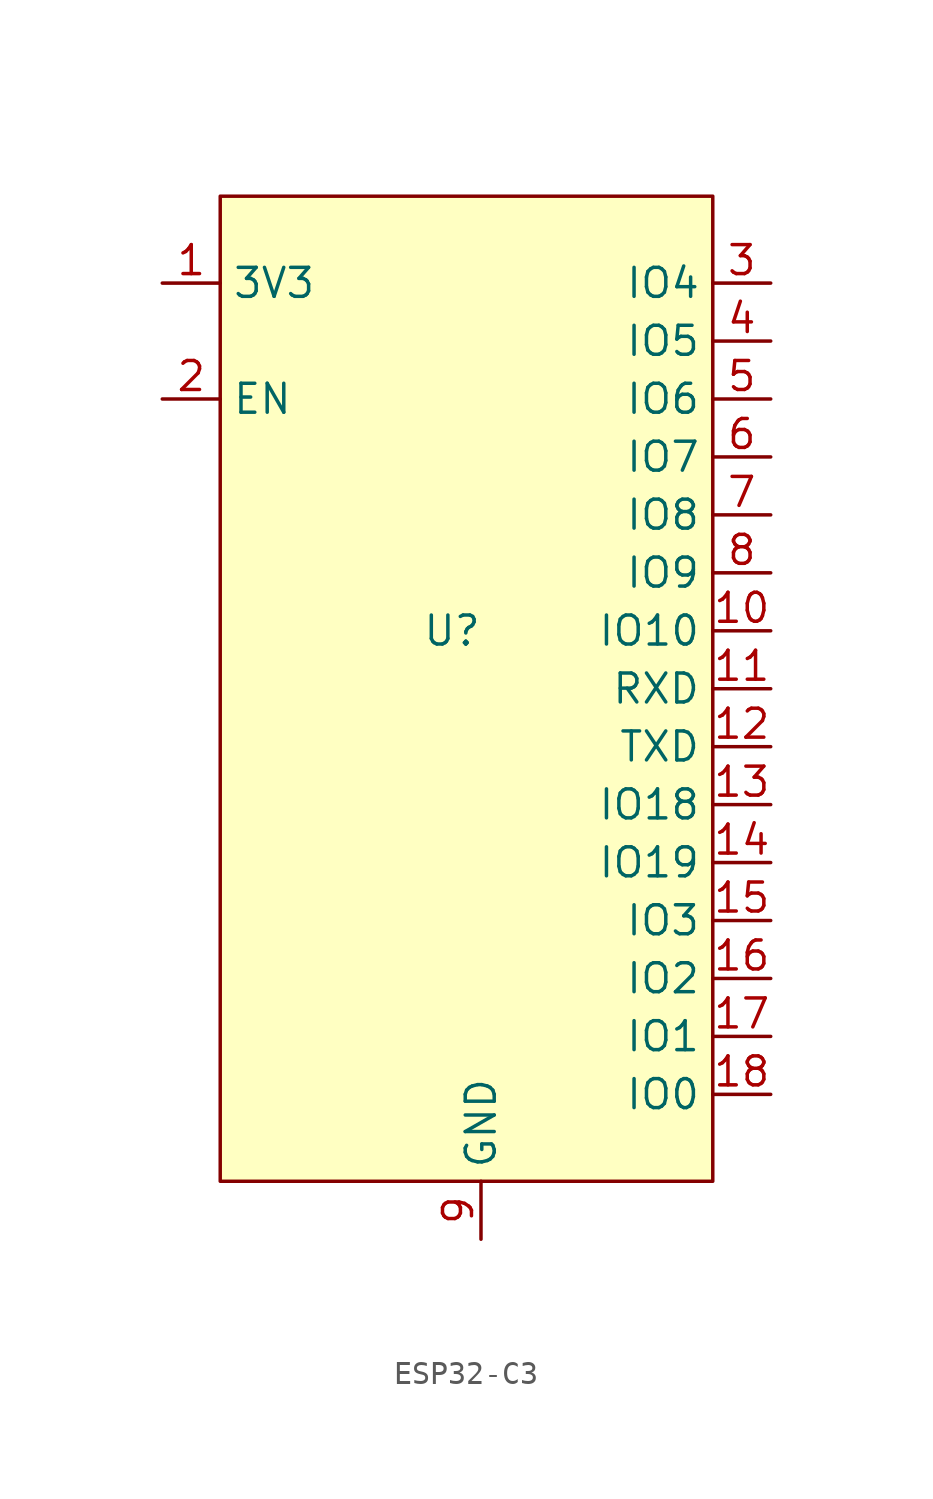
<source format=kicad_sym>
(kicad_symbol_lib
  (version 20220914)
  (generator kicad_symbol_editor)
  (symbol "ESP32-C3"
    (property "Reference" "U"
      (at -1.27 2.54 0)
      (effects (font (size 1.27 1.27))))
    (property "Value" ""
      (at -1.27 2.54 0)
      (effects (font (size 1.27 1.27))))
    (symbol "ESP32-C3_1_1"
      (rectangle (start -11.43 21.59) (end 10.16 -21.59) (stroke (width 0) (type default)) (fill (type background)))
      (pin power_in line (at -13.97 17.78 0) (length 2.54) (name "3V3" (effects (font (size 1.27 1.27)))) (number "1" (effects (font (size 1.27 1.27)))))
      (pin bidirectional line (at 12.7 2.54 180) (length 2.54) (name "IO10" (effects (font (size 1.27 1.27)))) (number "10" (effects (font (size 1.27 1.27)))))
      (pin bidirectional line (at 12.7 0 180) (length 2.54) (name "RXD" (effects (font (size 1.27 1.27)))) (number "11" (effects (font (size 1.27 1.27)))))
      (pin bidirectional line (at 12.7 -2.54 180) (length 2.54) (name "TXD" (effects (font (size 1.27 1.27)))) (number "12" (effects (font (size 1.27 1.27)))))
      (pin bidirectional line (at 12.7 -5.08 180) (length 2.54) (name "IO18" (effects (font (size 1.27 1.27)))) (number "13" (effects (font (size 1.27 1.27)))))
      (pin bidirectional line (at 12.7 -7.62 180) (length 2.54) (name "IO19" (effects (font (size 1.27 1.27)))) (number "14" (effects (font (size 1.27 1.27)))))
      (pin bidirectional line (at 12.7 -10.16 180) (length 2.54) (name "IO3" (effects (font (size 1.27 1.27)))) (number "15" (effects (font (size 1.27 1.27)))))
      (pin bidirectional line (at 12.7 -12.7 180) (length 2.54) (name "IO2" (effects (font (size 1.27 1.27)))) (number "16" (effects (font (size 1.27 1.27)))))
      (pin bidirectional line (at 12.7 -15.24 180) (length 2.54) (name "IO1" (effects (font (size 1.27 1.27)))) (number "17" (effects (font (size 1.27 1.27)))))
      (pin bidirectional line (at 12.7 -17.78 180) (length 2.54) (name "IO0" (effects (font (size 1.27 1.27)))) (number "18" (effects (font (size 1.27 1.27)))))
      (pin power_in line (at 0 -24.13 90) (length 2.54) hide (name "GND" (effects (font (size 1.27 1.27)))) (number "19" (effects (font (size 1.27 1.27)))))
      (pin input line (at -13.97 12.7 0) (length 2.54) (name "EN" (effects (font (size 1.27 1.27)))) (number "2" (effects (font (size 1.27 1.27)))))
      (pin bidirectional line (at 12.7 17.78 180) (length 2.54) (name "IO4" (effects (font (size 1.27 1.27)))) (number "3" (effects (font (size 1.27 1.27)))))
      (pin bidirectional line (at 12.7 15.24 180) (length 2.54) (name "IO5" (effects (font (size 1.27 1.27)))) (number "4" (effects (font (size 1.27 1.27)))))
      (pin bidirectional line (at 12.7 12.7 180) (length 2.54) (name "IO6" (effects (font (size 1.27 1.27)))) (number "5" (effects (font (size 1.27 1.27)))))
      (pin bidirectional line (at 12.7 10.16 180) (length 2.54) (name "IO7" (effects (font (size 1.27 1.27)))) (number "6" (effects (font (size 1.27 1.27)))))
      (pin bidirectional line (at 12.7 7.62 180) (length 2.54) (name "IO8" (effects (font (size 1.27 1.27)))) (number "7" (effects (font (size 1.27 1.27)))))
      (pin bidirectional line (at 12.7 5.08 180) (length 2.54) (name "IO9" (effects (font (size 1.27 1.27)))) (number "8" (effects (font (size 1.27 1.27)))))
      (pin power_in line (at 0 -24.13 90) (length 2.54) (name "GND" (effects (font (size 1.27 1.27)))) (number "9" (effects (font (size 1.27 1.27))))))))
</source>
